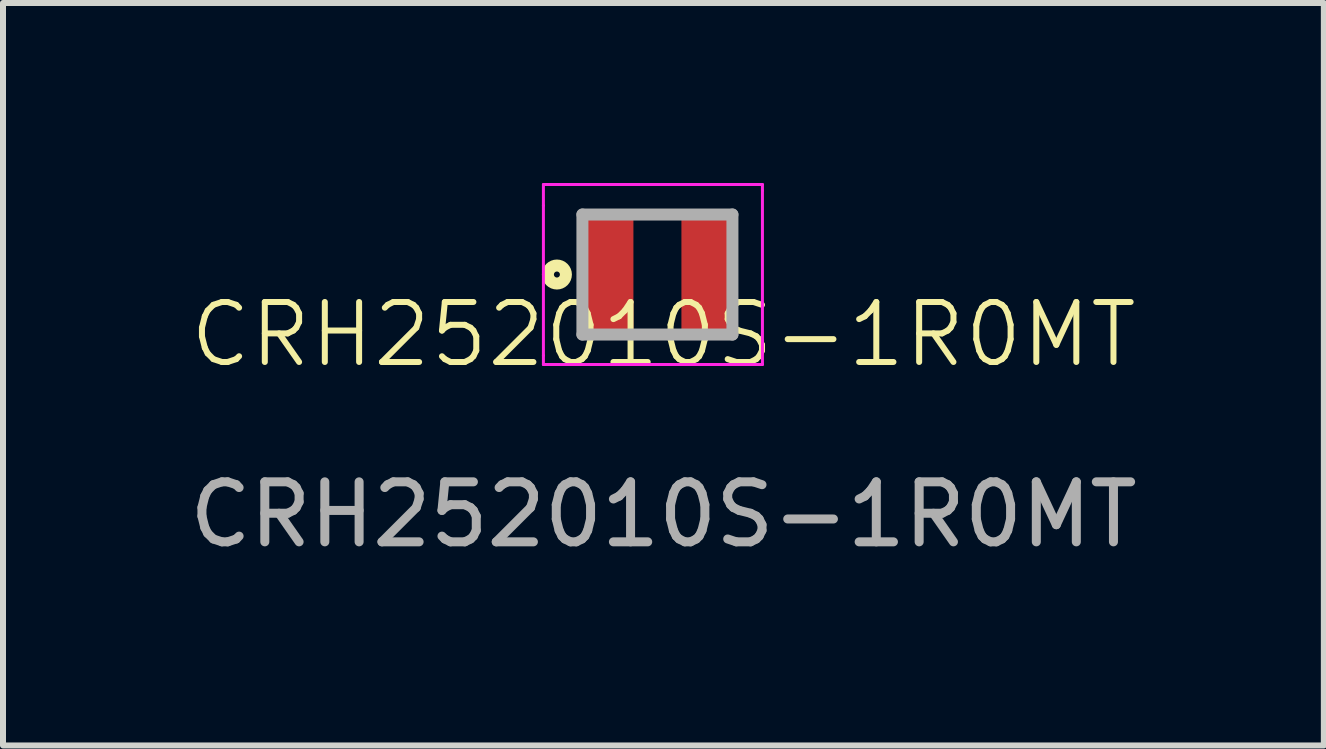
<source format=kicad_pcb>
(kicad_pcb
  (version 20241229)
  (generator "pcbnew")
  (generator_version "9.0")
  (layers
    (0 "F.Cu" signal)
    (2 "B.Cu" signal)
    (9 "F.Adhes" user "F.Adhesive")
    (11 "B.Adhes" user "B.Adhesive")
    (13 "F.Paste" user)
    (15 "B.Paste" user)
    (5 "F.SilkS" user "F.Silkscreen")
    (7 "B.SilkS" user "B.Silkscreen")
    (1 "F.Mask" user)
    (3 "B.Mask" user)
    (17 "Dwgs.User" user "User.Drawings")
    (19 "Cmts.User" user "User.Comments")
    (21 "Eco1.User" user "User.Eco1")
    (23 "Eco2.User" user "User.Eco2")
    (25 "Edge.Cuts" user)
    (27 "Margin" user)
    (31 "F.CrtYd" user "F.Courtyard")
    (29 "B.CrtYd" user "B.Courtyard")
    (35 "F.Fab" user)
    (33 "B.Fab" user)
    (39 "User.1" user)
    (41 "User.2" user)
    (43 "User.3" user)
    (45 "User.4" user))
  (footprint "CRH252010S-1R0MT"
    (layer "F.Cu")
    (at 8.006 3.025)
    (property "Reference" "CRH252010S-1R0MT" (at 0 -0.5 0) (unlocked yes) (layer "F.SilkS") (effects (font (size 1 1) (thickness 0.1))))
    (attr smd)
    (fp_circle (center -1.775 -1.5) (end -1.775 -1.45) (stroke (width 0.2) (type solid)) (fill no) (layer "F.SilkS"))
    (fp_line (start -2 -3) (end -2 -2.65) (stroke (width 0.05) (type default)) (layer "F.CrtYd"))
    (fp_line (start -2 -0.15) (end -2 -2.65) (stroke (width 0.05) (type solid)) (layer "F.CrtYd"))
    (fp_line (start -2 0) (end -2 -0.15) (stroke (width 0.05) (type default)) (layer "F.CrtYd"))
    (fp_line (start -1.45 0) (end -2 0) (stroke (width 0.05) (type default)) (layer "F.CrtYd"))
    (fp_line (start -1.4 -3) (end -2 -3) (stroke (width 0.05) (type default)) (layer "F.CrtYd"))
    (fp_line (start -1.4 -3) (end 1.1 -3) (stroke (width 0.05) (type solid)) (layer "F.CrtYd"))
    (fp_line (start 1.05 0) (end -1.45 0) (stroke (width 0.05) (type solid)) (layer "F.CrtYd"))
    (fp_line (start 1.05 0) (end 1.65 0) (stroke (width 0.05) (type default)) (layer "F.CrtYd"))
    (fp_line (start 1.65 -3) (end 1.1 -3) (stroke (width 0.05) (type default)) (layer "F.CrtYd"))
    (fp_line (start 1.65 -2.9) (end 1.65 -3) (stroke (width 0.05) (type default)) (layer "F.CrtYd"))
    (fp_line (start 1.65 -2.9) (end 1.65 -0.4) (stroke (width 0.05) (type solid)) (layer "F.CrtYd"))
    (fp_line (start 1.65 0) (end 1.65 -0.4) (stroke (width 0.05) (type default)) (layer "F.CrtYd"))
    (fp_line (start -1.35 -2.5) (end 1.15 -2.5) (stroke (width 0.2) (type solid)) (layer "F.Fab"))
    (fp_line (start -1.35 -0.5) (end -1.35 -2.5) (stroke (width 0.2) (type solid)) (layer "F.Fab"))
    (fp_line (start 1.15 -2.5) (end 1.15 -0.5) (stroke (width 0.2) (type solid)) (layer "F.Fab"))
    (fp_line (start 1.15 -0.5) (end -1.35 -0.5) (stroke (width 0.2) (type solid)) (layer "F.Fab"))
    (fp_text user "${REFERENCE}" (at 0 2.5 0) (unlocked yes) (layer "F.Fab") (effects (font (size 1 1) (thickness 0.15))))
    (pad "1" smd rect (at -0.925 -1.5) (size 0.85 2) (layers "F.Cu" "F.Mask" "F.Paste"))
    (pad "2" smd rect (at 0.725 -1.5) (size 0.85 2) (layers "F.Cu" "F.Mask" "F.Paste")))
  (gr_rect
    (start -3 -3)
    (end 19.012 9.373)
    (stroke (width 0.1) (type default))
    (fill no)
    (layer "Edge.Cuts")))
</source>
